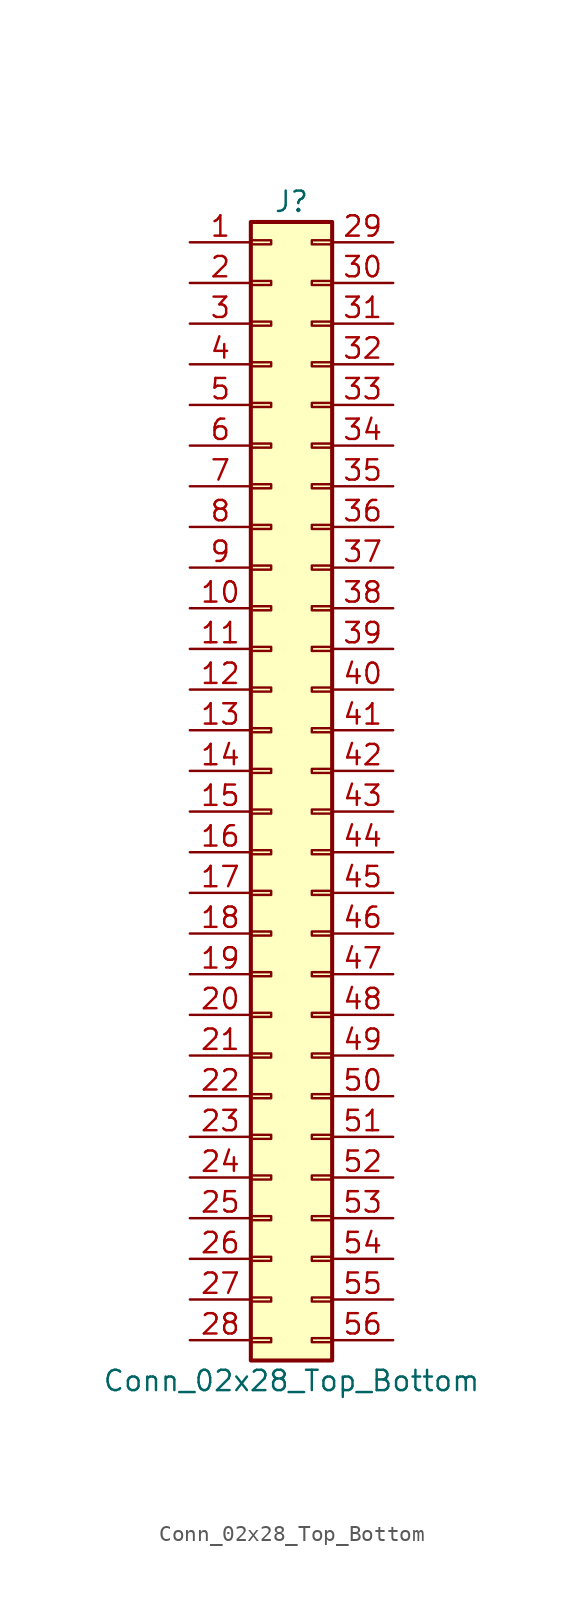
<source format=kicad_sym>
(kicad_symbol_lib
  (version 20220914)
  (generator kicad_symbol_editor)
  (symbol "Conn_02x28_Top_Bottom"
    (pin_names
      (offset 1.016) hide)
    (property "Reference" "J"
      (at 1.27 35.56 0)
      (effects (font (size 1.27 1.27))))
    (property "Value" "Conn_02x28_Top_Bottom"
      (at 1.27 -38.1 0)
      (effects (font (size 1.27 1.27))))
    (symbol "Conn_02x28_Top_Bottom_1_1"
      (rectangle (start -1.27 -35.433) (end 0 -35.687) (stroke (width 0.152) (type default)) (fill (type none)))
      (rectangle (start -1.27 -32.893) (end 0 -33.147) (stroke (width 0.152) (type default)) (fill (type none)))
      (rectangle (start -1.27 -30.353) (end 0 -30.607) (stroke (width 0.152) (type default)) (fill (type none)))
      (rectangle (start -1.27 -27.813) (end 0 -28.067) (stroke (width 0.152) (type default)) (fill (type none)))
      (rectangle (start -1.27 -25.273) (end 0 -25.527) (stroke (width 0.152) (type default)) (fill (type none)))
      (rectangle (start -1.27 -22.733) (end 0 -22.987) (stroke (width 0.152) (type default)) (fill (type none)))
      (rectangle (start -1.27 -20.193) (end 0 -20.447) (stroke (width 0.152) (type default)) (fill (type none)))
      (rectangle (start -1.27 -17.653) (end 0 -17.907) (stroke (width 0.152) (type default)) (fill (type none)))
      (rectangle (start -1.27 -15.113) (end 0 -15.367) (stroke (width 0.152) (type default)) (fill (type none)))
      (rectangle (start -1.27 -12.573) (end 0 -12.827) (stroke (width 0.152) (type default)) (fill (type none)))
      (rectangle (start -1.27 -10.033) (end 0 -10.287) (stroke (width 0.152) (type default)) (fill (type none)))
      (rectangle (start -1.27 -7.493) (end 0 -7.747) (stroke (width 0.152) (type default)) (fill (type none)))
      (rectangle (start -1.27 -4.953) (end 0 -5.207) (stroke (width 0.152) (type default)) (fill (type none)))
      (rectangle (start -1.27 -2.413) (end 0 -2.667) (stroke (width 0.152) (type default)) (fill (type none)))
      (rectangle (start -1.27 0.127) (end 0 -0.127) (stroke (width 0.152) (type default)) (fill (type none)))
      (rectangle (start -1.27 2.667) (end 0 2.413) (stroke (width 0.152) (type default)) (fill (type none)))
      (rectangle (start -1.27 5.207) (end 0 4.953) (stroke (width 0.152) (type default)) (fill (type none)))
      (rectangle (start -1.27 7.747) (end 0 7.493) (stroke (width 0.152) (type default)) (fill (type none)))
      (rectangle (start -1.27 10.287) (end 0 10.033) (stroke (width 0.152) (type default)) (fill (type none)))
      (rectangle (start -1.27 12.827) (end 0 12.573) (stroke (width 0.152) (type default)) (fill (type none)))
      (rectangle (start -1.27 15.367) (end 0 15.113) (stroke (width 0.152) (type default)) (fill (type none)))
      (rectangle (start -1.27 17.907) (end 0 17.653) (stroke (width 0.152) (type default)) (fill (type none)))
      (rectangle (start -1.27 20.447) (end 0 20.193) (stroke (width 0.152) (type default)) (fill (type none)))
      (rectangle (start -1.27 22.987) (end 0 22.733) (stroke (width 0.152) (type default)) (fill (type none)))
      (rectangle (start -1.27 25.527) (end 0 25.273) (stroke (width 0.152) (type default)) (fill (type none)))
      (rectangle (start -1.27 28.067) (end 0 27.813) (stroke (width 0.152) (type default)) (fill (type none)))
      (rectangle (start -1.27 30.607) (end 0 30.353) (stroke (width 0.152) (type default)) (fill (type none)))
      (rectangle (start -1.27 33.147) (end 0 32.893) (stroke (width 0.152) (type default)) (fill (type none)))
      (rectangle (start -1.27 34.29) (end 3.81 -36.83) (stroke (width 0.254) (type default)) (fill (type background)))
      (rectangle (start 3.81 -35.433) (end 2.54 -35.687) (stroke (width 0.152) (type default)) (fill (type none)))
      (rectangle (start 3.81 -32.893) (end 2.54 -33.147) (stroke (width 0.152) (type default)) (fill (type none)))
      (rectangle (start 3.81 -30.353) (end 2.54 -30.607) (stroke (width 0.152) (type default)) (fill (type none)))
      (rectangle (start 3.81 -27.813) (end 2.54 -28.067) (stroke (width 0.152) (type default)) (fill (type none)))
      (rectangle (start 3.81 -25.273) (end 2.54 -25.527) (stroke (width 0.152) (type default)) (fill (type none)))
      (rectangle (start 3.81 -22.733) (end 2.54 -22.987) (stroke (width 0.152) (type default)) (fill (type none)))
      (rectangle (start 3.81 -20.193) (end 2.54 -20.447) (stroke (width 0.152) (type default)) (fill (type none)))
      (rectangle (start 3.81 -17.653) (end 2.54 -17.907) (stroke (width 0.152) (type default)) (fill (type none)))
      (rectangle (start 3.81 -15.113) (end 2.54 -15.367) (stroke (width 0.152) (type default)) (fill (type none)))
      (rectangle (start 3.81 -12.573) (end 2.54 -12.827) (stroke (width 0.152) (type default)) (fill (type none)))
      (rectangle (start 3.81 -10.033) (end 2.54 -10.287) (stroke (width 0.152) (type default)) (fill (type none)))
      (rectangle (start 3.81 -7.493) (end 2.54 -7.747) (stroke (width 0.152) (type default)) (fill (type none)))
      (rectangle (start 3.81 -4.953) (end 2.54 -5.207) (stroke (width 0.152) (type default)) (fill (type none)))
      (rectangle (start 3.81 -2.413) (end 2.54 -2.667) (stroke (width 0.152) (type default)) (fill (type none)))
      (rectangle (start 3.81 0.127) (end 2.54 -0.127) (stroke (width 0.152) (type default)) (fill (type none)))
      (rectangle (start 3.81 2.667) (end 2.54 2.413) (stroke (width 0.152) (type default)) (fill (type none)))
      (rectangle (start 3.81 5.207) (end 2.54 4.953) (stroke (width 0.152) (type default)) (fill (type none)))
      (rectangle (start 3.81 7.747) (end 2.54 7.493) (stroke (width 0.152) (type default)) (fill (type none)))
      (rectangle (start 3.81 10.287) (end 2.54 10.033) (stroke (width 0.152) (type default)) (fill (type none)))
      (rectangle (start 3.81 12.827) (end 2.54 12.573) (stroke (width 0.152) (type default)) (fill (type none)))
      (rectangle (start 3.81 15.367) (end 2.54 15.113) (stroke (width 0.152) (type default)) (fill (type none)))
      (rectangle (start 3.81 17.907) (end 2.54 17.653) (stroke (width 0.152) (type default)) (fill (type none)))
      (rectangle (start 3.81 20.447) (end 2.54 20.193) (stroke (width 0.152) (type default)) (fill (type none)))
      (rectangle (start 3.81 22.987) (end 2.54 22.733) (stroke (width 0.152) (type default)) (fill (type none)))
      (rectangle (start 3.81 25.527) (end 2.54 25.273) (stroke (width 0.152) (type default)) (fill (type none)))
      (rectangle (start 3.81 28.067) (end 2.54 27.813) (stroke (width 0.152) (type default)) (fill (type none)))
      (rectangle (start 3.81 30.607) (end 2.54 30.353) (stroke (width 0.152) (type default)) (fill (type none)))
      (rectangle (start 3.81 33.147) (end 2.54 32.893) (stroke (width 0.152) (type default)) (fill (type none)))
      (pin passive line (at -5.08 33.02 0) (length 3.81) (name "Pin_1" (effects (font (size 1.27 1.27)))) (number "1" (effects (font (size 1.27 1.27)))))
      (pin passive line (at -5.08 10.16 0) (length 3.81) (name "Pin_10" (effects (font (size 1.27 1.27)))) (number "10" (effects (font (size 1.27 1.27)))))
      (pin passive line (at -5.08 7.62 0) (length 3.81) (name "Pin_11" (effects (font (size 1.27 1.27)))) (number "11" (effects (font (size 1.27 1.27)))))
      (pin passive line (at -5.08 5.08 0) (length 3.81) (name "Pin_12" (effects (font (size 1.27 1.27)))) (number "12" (effects (font (size 1.27 1.27)))))
      (pin passive line (at -5.08 2.54 0) (length 3.81) (name "Pin_13" (effects (font (size 1.27 1.27)))) (number "13" (effects (font (size 1.27 1.27)))))
      (pin passive line (at -5.08 0 0) (length 3.81) (name "Pin_14" (effects (font (size 1.27 1.27)))) (number "14" (effects (font (size 1.27 1.27)))))
      (pin passive line (at -5.08 -2.54 0) (length 3.81) (name "Pin_15" (effects (font (size 1.27 1.27)))) (number "15" (effects (font (size 1.27 1.27)))))
      (pin passive line (at -5.08 -5.08 0) (length 3.81) (name "Pin_16" (effects (font (size 1.27 1.27)))) (number "16" (effects (font (size 1.27 1.27)))))
      (pin passive line (at -5.08 -7.62 0) (length 3.81) (name "Pin_17" (effects (font (size 1.27 1.27)))) (number "17" (effects (font (size 1.27 1.27)))))
      (pin passive line (at -5.08 -10.16 0) (length 3.81) (name "Pin_18" (effects (font (size 1.27 1.27)))) (number "18" (effects (font (size 1.27 1.27)))))
      (pin passive line (at -5.08 -12.7 0) (length 3.81) (name "Pin_19" (effects (font (size 1.27 1.27)))) (number "19" (effects (font (size 1.27 1.27)))))
      (pin passive line (at -5.08 30.48 0) (length 3.81) (name "Pin_2" (effects (font (size 1.27 1.27)))) (number "2" (effects (font (size 1.27 1.27)))))
      (pin passive line (at -5.08 -15.24 0) (length 3.81) (name "Pin_20" (effects (font (size 1.27 1.27)))) (number "20" (effects (font (size 1.27 1.27)))))
      (pin passive line (at -5.08 -17.78 0) (length 3.81) (name "Pin_21" (effects (font (size 1.27 1.27)))) (number "21" (effects (font (size 1.27 1.27)))))
      (pin passive line (at -5.08 -20.32 0) (length 3.81) (name "Pin_22" (effects (font (size 1.27 1.27)))) (number "22" (effects (font (size 1.27 1.27)))))
      (pin passive line (at -5.08 -22.86 0) (length 3.81) (name "Pin_23" (effects (font (size 1.27 1.27)))) (number "23" (effects (font (size 1.27 1.27)))))
      (pin passive line (at -5.08 -25.4 0) (length 3.81) (name "Pin_24" (effects (font (size 1.27 1.27)))) (number "24" (effects (font (size 1.27 1.27)))))
      (pin passive line (at -5.08 -27.94 0) (length 3.81) (name "Pin_25" (effects (font (size 1.27 1.27)))) (number "25" (effects (font (size 1.27 1.27)))))
      (pin passive line (at -5.08 -30.48 0) (length 3.81) (name "Pin_26" (effects (font (size 1.27 1.27)))) (number "26" (effects (font (size 1.27 1.27)))))
      (pin passive line (at -5.08 -33.02 0) (length 3.81) (name "Pin_27" (effects (font (size 1.27 1.27)))) (number "27" (effects (font (size 1.27 1.27)))))
      (pin passive line (at -5.08 -35.56 0) (length 3.81) (name "Pin_28" (effects (font (size 1.27 1.27)))) (number "28" (effects (font (size 1.27 1.27)))))
      (pin passive line (at 7.62 33.02 180) (length 3.81) (name "Pin_29" (effects (font (size 1.27 1.27)))) (number "29" (effects (font (size 1.27 1.27)))))
      (pin passive line (at -5.08 27.94 0) (length 3.81) (name "Pin_3" (effects (font (size 1.27 1.27)))) (number "3" (effects (font (size 1.27 1.27)))))
      (pin passive line (at 7.62 30.48 180) (length 3.81) (name "Pin_30" (effects (font (size 1.27 1.27)))) (number "30" (effects (font (size 1.27 1.27)))))
      (pin passive line (at 7.62 27.94 180) (length 3.81) (name "Pin_31" (effects (font (size 1.27 1.27)))) (number "31" (effects (font (size 1.27 1.27)))))
      (pin passive line (at 7.62 25.4 180) (length 3.81) (name "Pin_32" (effects (font (size 1.27 1.27)))) (number "32" (effects (font (size 1.27 1.27)))))
      (pin passive line (at 7.62 22.86 180) (length 3.81) (name "Pin_33" (effects (font (size 1.27 1.27)))) (number "33" (effects (font (size 1.27 1.27)))))
      (pin passive line (at 7.62 20.32 180) (length 3.81) (name "Pin_34" (effects (font (size 1.27 1.27)))) (number "34" (effects (font (size 1.27 1.27)))))
      (pin passive line (at 7.62 17.78 180) (length 3.81) (name "Pin_35" (effects (font (size 1.27 1.27)))) (number "35" (effects (font (size 1.27 1.27)))))
      (pin passive line (at 7.62 15.24 180) (length 3.81) (name "Pin_36" (effects (font (size 1.27 1.27)))) (number "36" (effects (font (size 1.27 1.27)))))
      (pin passive line (at 7.62 12.7 180) (length 3.81) (name "Pin_37" (effects (font (size 1.27 1.27)))) (number "37" (effects (font (size 1.27 1.27)))))
      (pin passive line (at 7.62 10.16 180) (length 3.81) (name "Pin_38" (effects (font (size 1.27 1.27)))) (number "38" (effects (font (size 1.27 1.27)))))
      (pin passive line (at 7.62 7.62 180) (length 3.81) (name "Pin_39" (effects (font (size 1.27 1.27)))) (number "39" (effects (font (size 1.27 1.27)))))
      (pin passive line (at -5.08 25.4 0) (length 3.81) (name "Pin_4" (effects (font (size 1.27 1.27)))) (number "4" (effects (font (size 1.27 1.27)))))
      (pin passive line (at 7.62 5.08 180) (length 3.81) (name "Pin_40" (effects (font (size 1.27 1.27)))) (number "40" (effects (font (size 1.27 1.27)))))
      (pin passive line (at 7.62 2.54 180) (length 3.81) (name "Pin_41" (effects (font (size 1.27 1.27)))) (number "41" (effects (font (size 1.27 1.27)))))
      (pin passive line (at 7.62 0 180) (length 3.81) (name "Pin_42" (effects (font (size 1.27 1.27)))) (number "42" (effects (font (size 1.27 1.27)))))
      (pin passive line (at 7.62 -2.54 180) (length 3.81) (name "Pin_43" (effects (font (size 1.27 1.27)))) (number "43" (effects (font (size 1.27 1.27)))))
      (pin passive line (at 7.62 -5.08 180) (length 3.81) (name "Pin_44" (effects (font (size 1.27 1.27)))) (number "44" (effects (font (size 1.27 1.27)))))
      (pin passive line (at 7.62 -7.62 180) (length 3.81) (name "Pin_45" (effects (font (size 1.27 1.27)))) (number "45" (effects (font (size 1.27 1.27)))))
      (pin passive line (at 7.62 -10.16 180) (length 3.81) (name "Pin_46" (effects (font (size 1.27 1.27)))) (number "46" (effects (font (size 1.27 1.27)))))
      (pin passive line (at 7.62 -12.7 180) (length 3.81) (name "Pin_47" (effects (font (size 1.27 1.27)))) (number "47" (effects (font (size 1.27 1.27)))))
      (pin passive line (at 7.62 -15.24 180) (length 3.81) (name "Pin_48" (effects (font (size 1.27 1.27)))) (number "48" (effects (font (size 1.27 1.27)))))
      (pin passive line (at 7.62 -17.78 180) (length 3.81) (name "Pin_49" (effects (font (size 1.27 1.27)))) (number "49" (effects (font (size 1.27 1.27)))))
      (pin passive line (at -5.08 22.86 0) (length 3.81) (name "Pin_5" (effects (font (size 1.27 1.27)))) (number "5" (effects (font (size 1.27 1.27)))))
      (pin passive line (at 7.62 -20.32 180) (length 3.81) (name "Pin_50" (effects (font (size 1.27 1.27)))) (number "50" (effects (font (size 1.27 1.27)))))
      (pin passive line (at 7.62 -22.86 180) (length 3.81) (name "Pin_51" (effects (font (size 1.27 1.27)))) (number "51" (effects (font (size 1.27 1.27)))))
      (pin passive line (at 7.62 -25.4 180) (length 3.81) (name "Pin_52" (effects (font (size 1.27 1.27)))) (number "52" (effects (font (size 1.27 1.27)))))
      (pin passive line (at 7.62 -27.94 180) (length 3.81) (name "Pin_53" (effects (font (size 1.27 1.27)))) (number "53" (effects (font (size 1.27 1.27)))))
      (pin passive line (at 7.62 -30.48 180) (length 3.81) (name "Pin_54" (effects (font (size 1.27 1.27)))) (number "54" (effects (font (size 1.27 1.27)))))
      (pin passive line (at 7.62 -33.02 180) (length 3.81) (name "Pin_55" (effects (font (size 1.27 1.27)))) (number "55" (effects (font (size 1.27 1.27)))))
      (pin passive line (at 7.62 -35.56 180) (length 3.81) (name "Pin_56" (effects (font (size 1.27 1.27)))) (number "56" (effects (font (size 1.27 1.27)))))
      (pin passive line (at -5.08 20.32 0) (length 3.81) (name "Pin_6" (effects (font (size 1.27 1.27)))) (number "6" (effects (font (size 1.27 1.27)))))
      (pin passive line (at -5.08 17.78 0) (length 3.81) (name "Pin_7" (effects (font (size 1.27 1.27)))) (number "7" (effects (font (size 1.27 1.27)))))
      (pin passive line (at -5.08 15.24 0) (length 3.81) (name "Pin_8" (effects (font (size 1.27 1.27)))) (number "8" (effects (font (size 1.27 1.27)))))
      (pin passive line (at -5.08 12.7 0) (length 3.81) (name "Pin_9" (effects (font (size 1.27 1.27)))) (number "9" (effects (font (size 1.27 1.27))))))))
</source>
